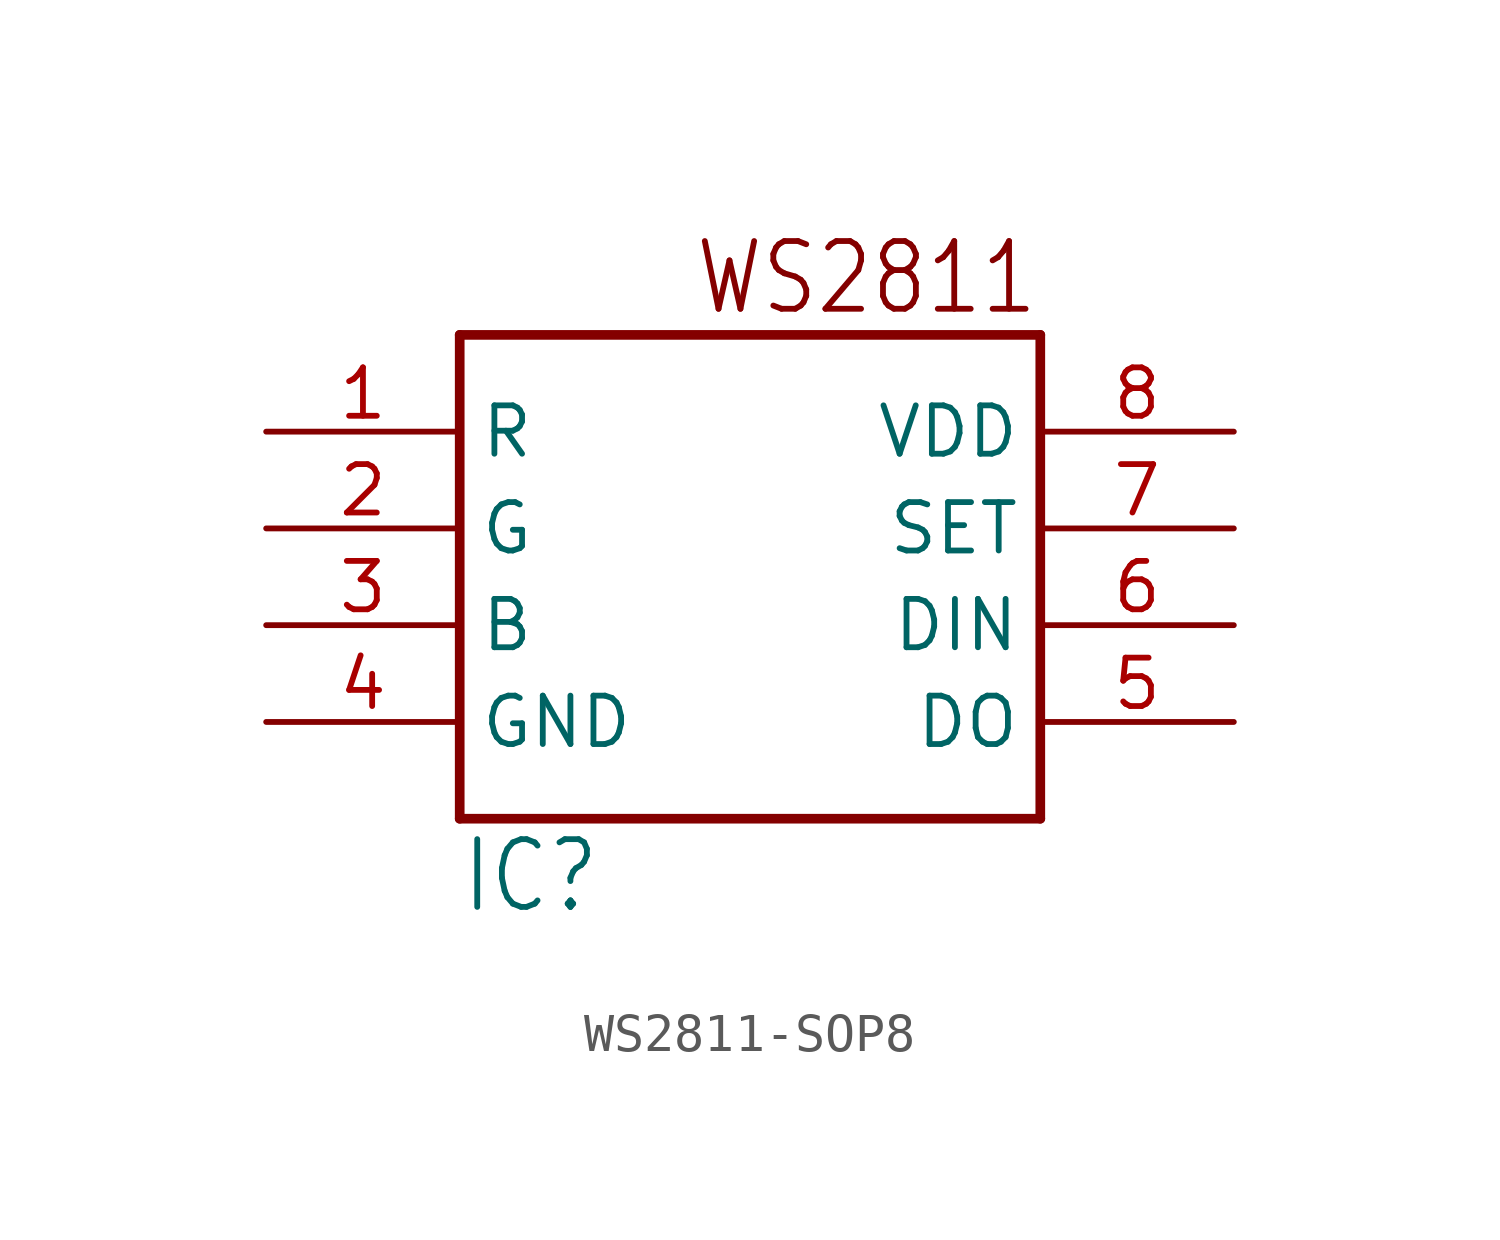
<source format=kicad_sym>
(kicad_symbol_lib
  (version 20231120)
  (generator "kicad_symbol_editor")
  (generator_version "8.0")
  (symbol "WS2811-SOP8"
    (property "Reference" "IC"
      (at -7.62 -7.62 0)
      (effects (font (size 1.778 1.511)) (justify left bottom)))
    (property "ki_locked" ""
      (at 0 0 0)
      (effects (font (size 1.27 1.27))))
    (symbol "WS2811-SOP8_1_0"
      (polyline (pts (xy -7.62 -5.08) (xy -7.62 7.62)) (stroke (width 0.254) (type solid)) (fill (type none)))
      (polyline (pts (xy -7.62 7.62) (xy 7.62 7.62)) (stroke (width 0.254) (type solid)) (fill (type none)))
      (polyline (pts (xy 7.62 -5.08) (xy -7.62 -5.08)) (stroke (width 0.254) (type solid)) (fill (type none)))
      (polyline (pts (xy 7.62 7.62) (xy 7.62 -5.08)) (stroke (width 0.254) (type solid)) (fill (type none)))
      (text "WS2811" (at 7.62 10.16 0) (effects (font (size 1.778 1.511)) (justify right top)))
      (pin open_collector line (at -12.7 5.08 0) (length 5.08) (name "R" (effects (font (size 1.27 1.27)))) (number "1" (effects (font (size 1.27 1.27)))))
      (pin open_collector line (at -12.7 2.54 0) (length 5.08) (name "G" (effects (font (size 1.27 1.27)))) (number "2" (effects (font (size 1.27 1.27)))))
      (pin open_collector line (at -12.7 0 0) (length 5.08) (name "B" (effects (font (size 1.27 1.27)))) (number "3" (effects (font (size 1.27 1.27)))))
      (pin power_in line (at -12.7 -2.54 0) (length 5.08) (name "GND" (effects (font (size 1.27 1.27)))) (number "4" (effects (font (size 1.27 1.27)))))
      (pin output line (at 12.7 -2.54 180) (length 5.08) (name "DO" (effects (font (size 1.27 1.27)))) (number "5" (effects (font (size 1.27 1.27)))))
      (pin input line (at 12.7 0 180) (length 5.08) (name "DIN" (effects (font (size 1.27 1.27)))) (number "6" (effects (font (size 1.27 1.27)))))
      (pin input line (at 12.7 2.54 180) (length 5.08) (name "SET" (effects (font (size 1.27 1.27)))) (number "7" (effects (font (size 1.27 1.27)))))
      (pin power_in line (at 12.7 5.08 180) (length 5.08) (name "VDD" (effects (font (size 1.27 1.27)))) (number "8" (effects (font (size 1.27 1.27))))))))
</source>
